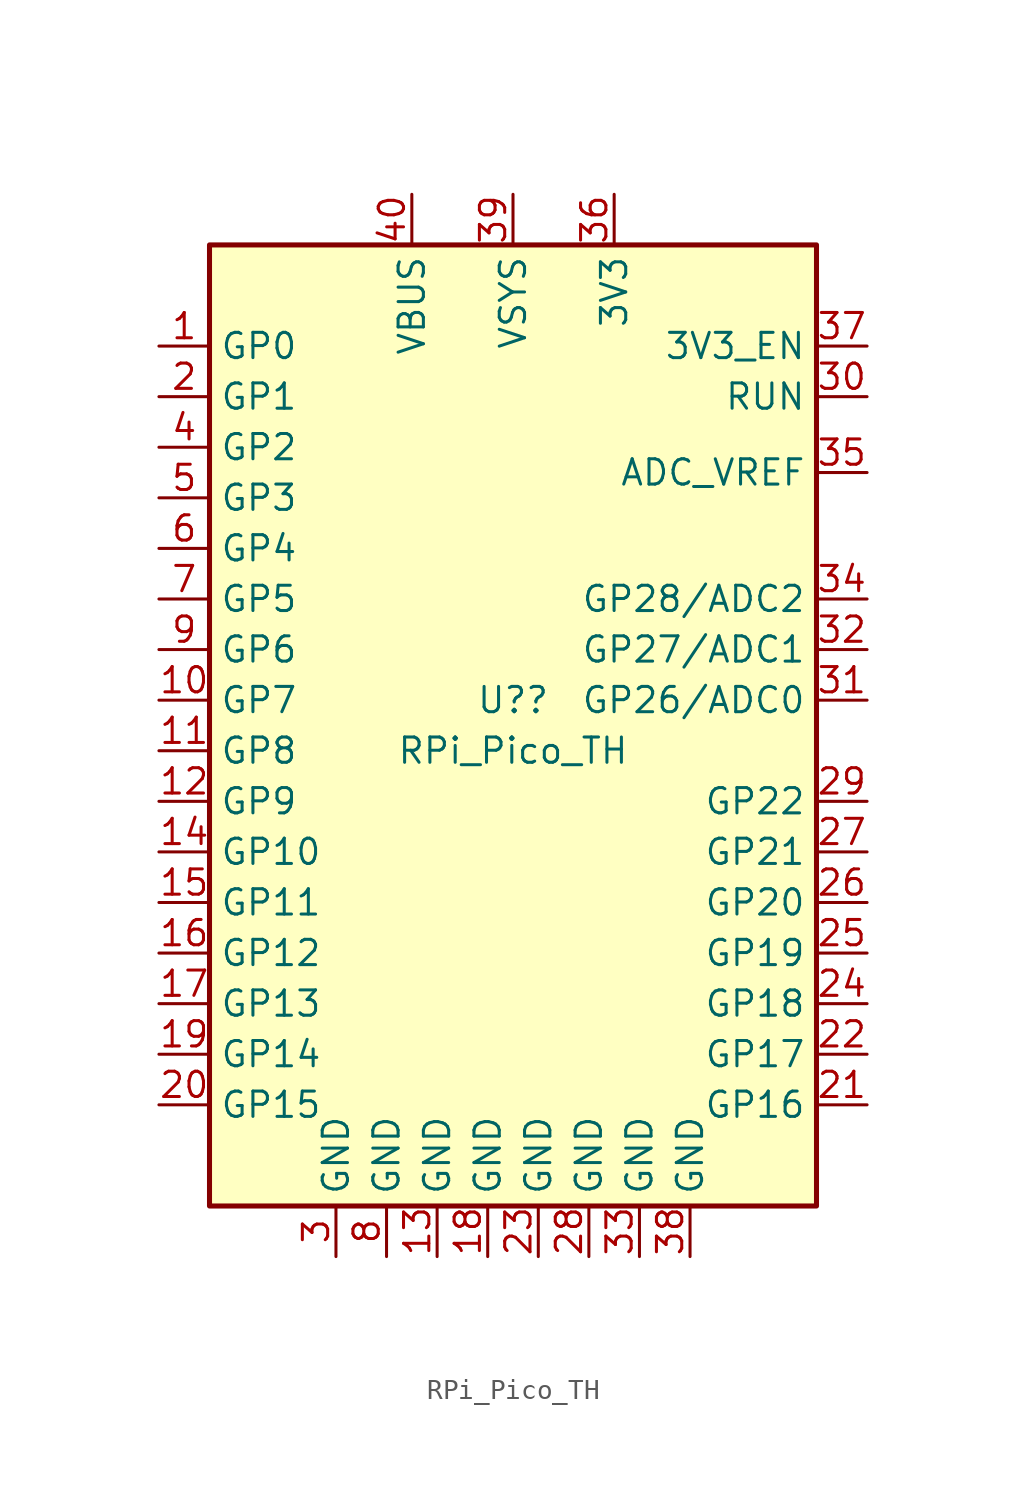
<source format=kicad_sym>
(kicad_symbol_lib
  (version 20201005)
  (generator kicad_symbol_editor)
  (symbol "RPi_Pico_TH"
    (property "Reference" "U?"
      (at 0 1.27 0)
      (effects (font (size 1.27 1.27))))
    (property "Value" "RPi_Pico_TH"
      (at 0 -1.27 0)
      (effects (font (size 1.27 1.27))))
    (symbol "RPi_Pico_TH_0_1"
      (rectangle (start -15.24 24.13) (end 15.24 -24.13) (stroke (width 0.254) (type default)) (fill (type background))))
    (symbol "RPi_Pico_TH_1_1"
      (pin bidirectional line (at -17.78 19.05 0) (length 2.54) (name "GP0" (effects (font (size 1.27 1.27)))) (number "1" (effects (font (size 1.27 1.27)))))
      (pin bidirectional line (at -17.78 1.27 0) (length 2.54) (name "GP7" (effects (font (size 1.27 1.27)))) (number "10" (effects (font (size 1.27 1.27)))))
      (pin bidirectional line (at -17.78 -1.27 0) (length 2.54) (name "GP8" (effects (font (size 1.27 1.27)))) (number "11" (effects (font (size 1.27 1.27)))))
      (pin bidirectional line (at -17.78 -3.81 0) (length 2.54) (name "GP9" (effects (font (size 1.27 1.27)))) (number "12" (effects (font (size 1.27 1.27)))))
      (pin power_in line (at -3.81 -26.67 90) (length 2.54) (name "GND" (effects (font (size 1.27 1.27)))) (number "13" (effects (font (size 1.27 1.27)))))
      (pin bidirectional line (at -17.78 -6.35 0) (length 2.54) (name "GP10" (effects (font (size 1.27 1.27)))) (number "14" (effects (font (size 1.27 1.27)))))
      (pin bidirectional line (at -17.78 -8.89 0) (length 2.54) (name "GP11" (effects (font (size 1.27 1.27)))) (number "15" (effects (font (size 1.27 1.27)))))
      (pin bidirectional line (at -17.78 -11.43 0) (length 2.54) (name "GP12" (effects (font (size 1.27 1.27)))) (number "16" (effects (font (size 1.27 1.27)))))
      (pin bidirectional line (at -17.78 -13.97 0) (length 2.54) (name "GP13" (effects (font (size 1.27 1.27)))) (number "17" (effects (font (size 1.27 1.27)))))
      (pin power_in line (at -1.27 -26.67 90) (length 2.54) (name "GND" (effects (font (size 1.27 1.27)))) (number "18" (effects (font (size 1.27 1.27)))))
      (pin bidirectional line (at -17.78 -16.51 0) (length 2.54) (name "GP14" (effects (font (size 1.27 1.27)))) (number "19" (effects (font (size 1.27 1.27)))))
      (pin bidirectional line (at -17.78 16.51 0) (length 2.54) (name "GP1" (effects (font (size 1.27 1.27)))) (number "2" (effects (font (size 1.27 1.27)))))
      (pin bidirectional line (at -17.78 -19.05 0) (length 2.54) (name "GP15" (effects (font (size 1.27 1.27)))) (number "20" (effects (font (size 1.27 1.27)))))
      (pin bidirectional line (at 17.78 -19.05 180) (length 2.54) (name "GP16" (effects (font (size 1.27 1.27)))) (number "21" (effects (font (size 1.27 1.27)))))
      (pin bidirectional line (at 17.78 -16.51 180) (length 2.54) (name "GP17" (effects (font (size 1.27 1.27)))) (number "22" (effects (font (size 1.27 1.27)))))
      (pin power_in line (at 1.27 -26.67 90) (length 2.54) (name "GND" (effects (font (size 1.27 1.27)))) (number "23" (effects (font (size 1.27 1.27)))))
      (pin bidirectional line (at 17.78 -13.97 180) (length 2.54) (name "GP18" (effects (font (size 1.27 1.27)))) (number "24" (effects (font (size 1.27 1.27)))))
      (pin bidirectional line (at 17.78 -11.43 180) (length 2.54) (name "GP19" (effects (font (size 1.27 1.27)))) (number "25" (effects (font (size 1.27 1.27)))))
      (pin bidirectional line (at 17.78 -8.89 180) (length 2.54) (name "GP20" (effects (font (size 1.27 1.27)))) (number "26" (effects (font (size 1.27 1.27)))))
      (pin bidirectional line (at 17.78 -6.35 180) (length 2.54) (name "GP21" (effects (font (size 1.27 1.27)))) (number "27" (effects (font (size 1.27 1.27)))))
      (pin power_in line (at 3.81 -26.67 90) (length 2.54) (name "GND" (effects (font (size 1.27 1.27)))) (number "28" (effects (font (size 1.27 1.27)))))
      (pin bidirectional line (at 17.78 -3.81 180) (length 2.54) (name "GP22" (effects (font (size 1.27 1.27)))) (number "29" (effects (font (size 1.27 1.27)))))
      (pin power_in line (at -8.89 -26.67 90) (length 2.54) (name "GND" (effects (font (size 1.27 1.27)))) (number "3" (effects (font (size 1.27 1.27)))))
      (pin input line (at 17.78 16.51 180) (length 2.54) (name "RUN" (effects (font (size 1.27 1.27)))) (number "30" (effects (font (size 1.27 1.27)))))
      (pin bidirectional line (at 17.78 1.27 180) (length 2.54) (name "GP26/ADC0" (effects (font (size 1.27 1.27)))) (number "31" (effects (font (size 1.27 1.27)))))
      (pin bidirectional line (at 17.78 3.81 180) (length 2.54) (name "GP27/ADC1" (effects (font (size 1.27 1.27)))) (number "32" (effects (font (size 1.27 1.27)))))
      (pin power_in line (at 6.35 -26.67 90) (length 2.54) (name "GND" (effects (font (size 1.27 1.27)))) (number "33" (effects (font (size 1.27 1.27)))))
      (pin bidirectional line (at 17.78 6.35 180) (length 2.54) (name "GP28/ADC2" (effects (font (size 1.27 1.27)))) (number "34" (effects (font (size 1.27 1.27)))))
      (pin power_in line (at 17.78 12.7 180) (length 2.54) (name "ADC_VREF" (effects (font (size 1.27 1.27)))) (number "35" (effects (font (size 1.27 1.27)))))
      (pin power_out line (at 5.08 26.67 270) (length 2.54) (name "3V3" (effects (font (size 1.27 1.27)))) (number "36" (effects (font (size 1.27 1.27)))))
      (pin input line (at 17.78 19.05 180) (length 2.54) (name "3V3_EN" (effects (font (size 1.27 1.27)))) (number "37" (effects (font (size 1.27 1.27)))))
      (pin power_in line (at 8.89 -26.67 90) (length 2.54) (name "GND" (effects (font (size 1.27 1.27)))) (number "38" (effects (font (size 1.27 1.27)))))
      (pin power_out line (at 0 26.67 270) (length 2.54) (name "VSYS" (effects (font (size 1.27 1.27)))) (number "39" (effects (font (size 1.27 1.27)))))
      (pin bidirectional line (at -17.78 13.97 0) (length 2.54) (name "GP2" (effects (font (size 1.27 1.27)))) (number "4" (effects (font (size 1.27 1.27)))))
      (pin power_in line (at -5.08 26.67 270) (length 2.54) (name "VBUS" (effects (font (size 1.27 1.27)))) (number "40" (effects (font (size 1.27 1.27)))))
      (pin bidirectional line (at -17.78 11.43 0) (length 2.54) (name "GP3" (effects (font (size 1.27 1.27)))) (number "5" (effects (font (size 1.27 1.27)))))
      (pin bidirectional line (at -17.78 8.89 0) (length 2.54) (name "GP4" (effects (font (size 1.27 1.27)))) (number "6" (effects (font (size 1.27 1.27)))))
      (pin bidirectional line (at -17.78 6.35 0) (length 2.54) (name "GP5" (effects (font (size 1.27 1.27)))) (number "7" (effects (font (size 1.27 1.27)))))
      (pin power_in line (at -6.35 -26.67 90) (length 2.54) (name "GND" (effects (font (size 1.27 1.27)))) (number "8" (effects (font (size 1.27 1.27)))))
      (pin bidirectional line (at -17.78 3.81 0) (length 2.54) (name "GP6" (effects (font (size 1.27 1.27)))) (number "9" (effects (font (size 1.27 1.27))))))))
</source>
